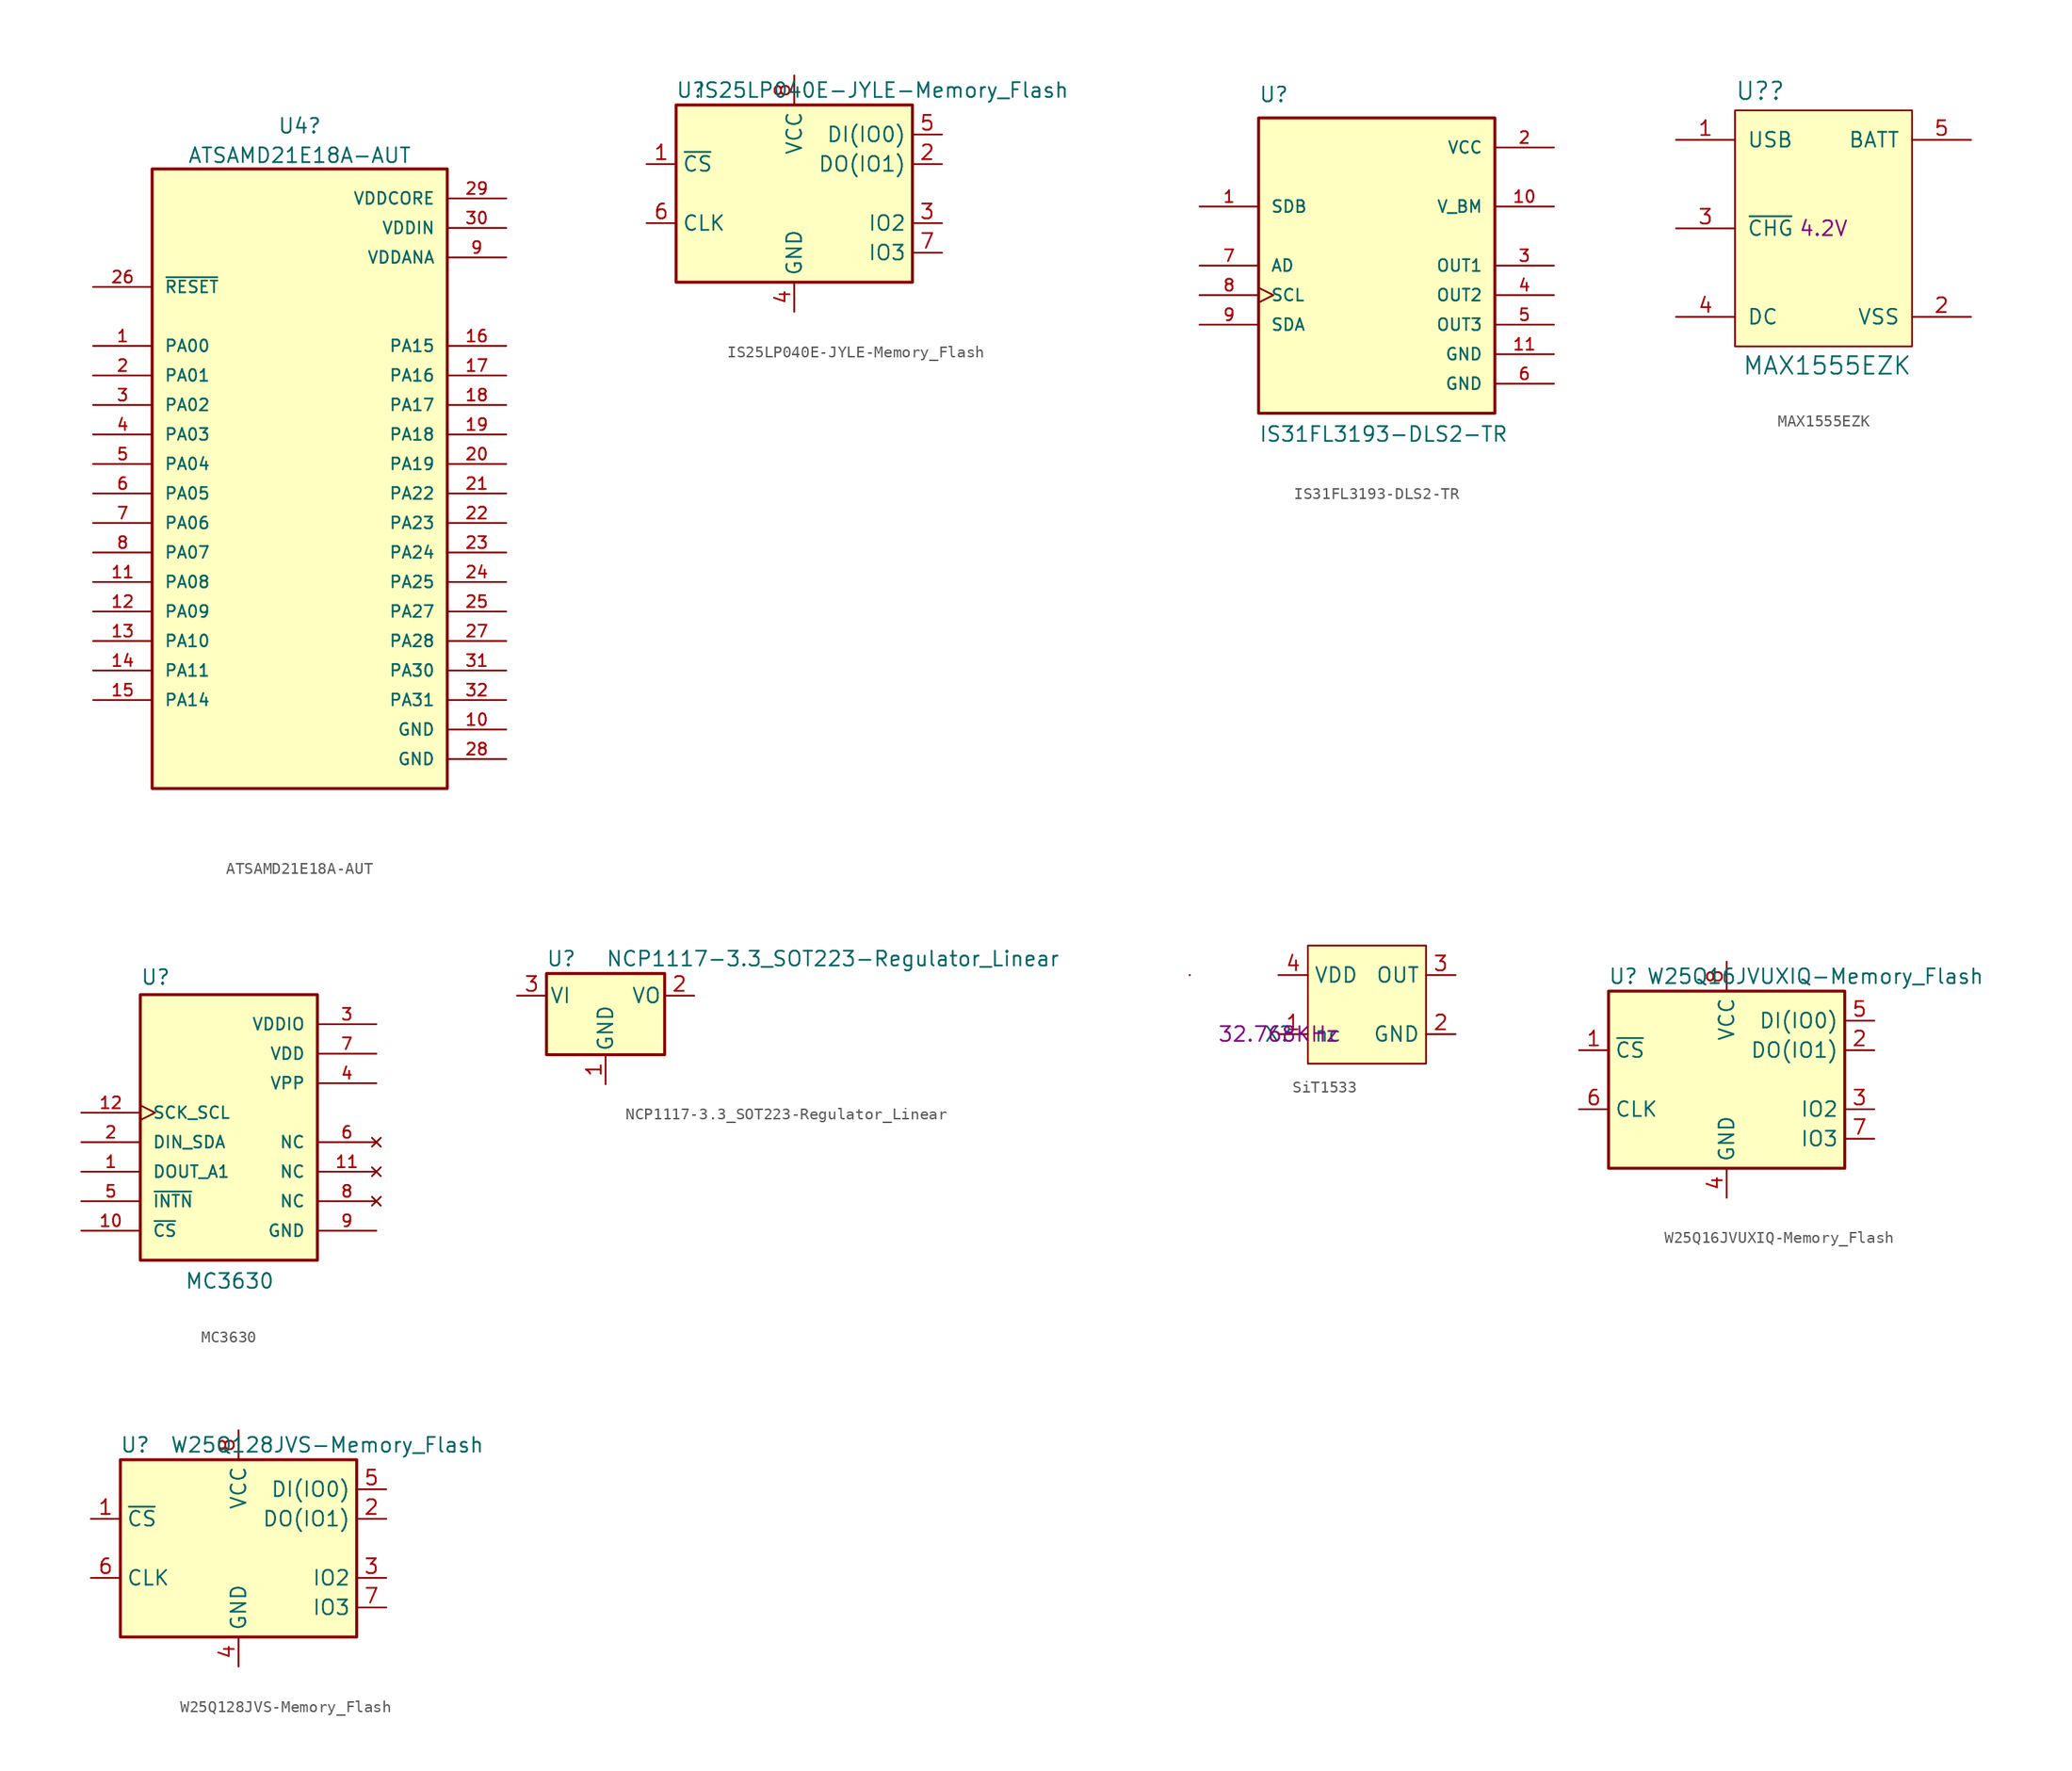
<source format=kicad_sym>
(kicad_symbol_lib
  (version 20211014)
  (generator kicad_symbol_editor)
  (symbol "ATSAMD21E18A-AUT"
    (pin_names
      (offset 1.016))
    (property "Reference" "U4"
      (at 17.78 49.42 0)
      (effects (font (size 1.27 1.27))))
    (property "Value" "ATSAMD21E18A-AUT"
      (at 17.78 46.883 0)
      (effects (font (size 1.27 1.27))))
    (symbol "ATSAMD21E18A-AUT_0_0"
      (rectangle (start 5.08 -7.62) (end 30.48 45.72) (stroke (width 0.254) (type default) (color 0 0 0 0)) (fill (type background)))
      (pin bidirectional line (at 0 30.48 0) (length 5.08) (name "PA00" (effects (font (size 1.016 1.016)))) (number "1" (effects (font (size 1.016 1.016)))))
      (pin power_in line (at 35.56 -2.54 180) (length 5.08) (name "GND" (effects (font (size 1.016 1.016)))) (number "10" (effects (font (size 1.016 1.016)))))
      (pin bidirectional line (at 0 10.16 0) (length 5.08) (name "PA08" (effects (font (size 1.016 1.016)))) (number "11" (effects (font (size 1.016 1.016)))))
      (pin bidirectional line (at 0 7.62 0) (length 5.08) (name "PA09" (effects (font (size 1.016 1.016)))) (number "12" (effects (font (size 1.016 1.016)))))
      (pin bidirectional line (at 0 5.08 0) (length 5.08) (name "PA10" (effects (font (size 1.016 1.016)))) (number "13" (effects (font (size 1.016 1.016)))))
      (pin bidirectional line (at 0 2.54 0) (length 5.08) (name "PA11" (effects (font (size 1.016 1.016)))) (number "14" (effects (font (size 1.016 1.016)))))
      (pin bidirectional line (at 0 0 0) (length 5.08) (name "PA14" (effects (font (size 1.016 1.016)))) (number "15" (effects (font (size 1.016 1.016)))))
      (pin bidirectional line (at 35.56 30.48 180) (length 5.08) (name "PA15" (effects (font (size 1.016 1.016)))) (number "16" (effects (font (size 1.016 1.016)))))
      (pin bidirectional line (at 35.56 27.94 180) (length 5.08) (name "PA16" (effects (font (size 1.016 1.016)))) (number "17" (effects (font (size 1.016 1.016)))))
      (pin bidirectional line (at 35.56 25.4 180) (length 5.08) (name "PA17" (effects (font (size 1.016 1.016)))) (number "18" (effects (font (size 1.016 1.016)))))
      (pin bidirectional line (at 35.56 22.86 180) (length 5.08) (name "PA18" (effects (font (size 1.016 1.016)))) (number "19" (effects (font (size 1.016 1.016)))))
      (pin bidirectional line (at 0 27.94 0) (length 5.08) (name "PA01" (effects (font (size 1.016 1.016)))) (number "2" (effects (font (size 1.016 1.016)))))
      (pin bidirectional line (at 35.56 20.32 180) (length 5.08) (name "PA19" (effects (font (size 1.016 1.016)))) (number "20" (effects (font (size 1.016 1.016)))))
      (pin bidirectional line (at 35.56 17.78 180) (length 5.08) (name "PA22" (effects (font (size 1.016 1.016)))) (number "21" (effects (font (size 1.016 1.016)))))
      (pin bidirectional line (at 35.56 15.24 180) (length 5.08) (name "PA23" (effects (font (size 1.016 1.016)))) (number "22" (effects (font (size 1.016 1.016)))))
      (pin bidirectional line (at 35.56 12.7 180) (length 5.08) (name "PA24" (effects (font (size 1.016 1.016)))) (number "23" (effects (font (size 1.016 1.016)))))
      (pin bidirectional line (at 35.56 10.16 180) (length 5.08) (name "PA25" (effects (font (size 1.016 1.016)))) (number "24" (effects (font (size 1.016 1.016)))))
      (pin bidirectional line (at 35.56 7.62 180) (length 5.08) (name "PA27" (effects (font (size 1.016 1.016)))) (number "25" (effects (font (size 1.016 1.016)))))
      (pin input line (at 0 35.56 0) (length 5.08) (name "~{RESET}" (effects (font (size 1.016 1.016)))) (number "26" (effects (font (size 1.016 1.016)))))
      (pin bidirectional line (at 35.56 5.08 180) (length 5.08) (name "PA28" (effects (font (size 1.016 1.016)))) (number "27" (effects (font (size 1.016 1.016)))))
      (pin power_in line (at 35.56 -5.08 180) (length 5.08) (name "GND" (effects (font (size 1.016 1.016)))) (number "28" (effects (font (size 1.016 1.016)))))
      (pin power_in line (at 35.56 43.18 180) (length 5.08) (name "VDDCORE" (effects (font (size 1.016 1.016)))) (number "29" (effects (font (size 1.016 1.016)))))
      (pin bidirectional line (at 0 25.4 0) (length 5.08) (name "PA02" (effects (font (size 1.016 1.016)))) (number "3" (effects (font (size 1.016 1.016)))))
      (pin power_in line (at 35.56 40.64 180) (length 5.08) (name "VDDIN" (effects (font (size 1.016 1.016)))) (number "30" (effects (font (size 1.016 1.016)))))
      (pin bidirectional line (at 35.56 2.54 180) (length 5.08) (name "PA30" (effects (font (size 1.016 1.016)))) (number "31" (effects (font (size 1.016 1.016)))))
      (pin bidirectional line (at 35.56 0 180) (length 5.08) (name "PA31" (effects (font (size 1.016 1.016)))) (number "32" (effects (font (size 1.016 1.016)))))
      (pin bidirectional line (at 0 22.86 0) (length 5.08) (name "PA03" (effects (font (size 1.016 1.016)))) (number "4" (effects (font (size 1.016 1.016)))))
      (pin bidirectional line (at 0 20.32 0) (length 5.08) (name "PA04" (effects (font (size 1.016 1.016)))) (number "5" (effects (font (size 1.016 1.016)))))
      (pin bidirectional line (at 0 17.78 0) (length 5.08) (name "PA05" (effects (font (size 1.016 1.016)))) (number "6" (effects (font (size 1.016 1.016)))))
      (pin bidirectional line (at 0 15.24 0) (length 5.08) (name "PA06" (effects (font (size 1.016 1.016)))) (number "7" (effects (font (size 1.016 1.016)))))
      (pin bidirectional line (at 0 12.7 0) (length 5.08) (name "PA07" (effects (font (size 1.016 1.016)))) (number "8" (effects (font (size 1.016 1.016)))))
      (pin power_in line (at 35.56 38.1 180) (length 5.08) (name "VDDANA" (effects (font (size 1.016 1.016)))) (number "9" (effects (font (size 1.016 1.016)))))))
  (symbol "IS25LP040E-JYLE-Memory_Flash"
    (property "Reference" "U"
      (at 3.81 11.43 0)
      (effects (font (size 1.27 1.27))))
    (property "Value" "IS25LP040E-JYLE-Memory_Flash"
      (at 20.32 11.43 0)
      (effects (font (size 1.27 1.27))))
    (symbol "IS25LP040E-JYLE-Memory_Flash_0_1"
      (rectangle (start 2.54 10.16) (end 22.86 -5.08) (stroke (width 0.254) (type default) (color 0 0 0 0)) (fill (type background))))
    (symbol "IS25LP040E-JYLE-Memory_Flash_1_1"
      (pin input line (at 0 5.08 0) (length 2.54) (name "~{CS}" (effects (font (size 1.27 1.27)))) (number "1" (effects (font (size 1.27 1.27)))))
      (pin bidirectional line (at 25.4 5.08 180) (length 2.54) (name "DO(IO1)" (effects (font (size 1.27 1.27)))) (number "2" (effects (font (size 1.27 1.27)))))
      (pin bidirectional line (at 25.4 0 180) (length 2.54) (name "IO2" (effects (font (size 1.27 1.27)))) (number "3" (effects (font (size 1.27 1.27)))))
      (pin power_in line (at 12.7 -7.62 90) (length 2.54) (name "GND" (effects (font (size 1.27 1.27)))) (number "4" (effects (font (size 1.27 1.27)))))
      (pin bidirectional line (at 25.4 7.62 180) (length 2.54) (name "DI(IO0)" (effects (font (size 1.27 1.27)))) (number "5" (effects (font (size 1.27 1.27)))))
      (pin input line (at 0 0 0) (length 2.54) (name "CLK" (effects (font (size 1.27 1.27)))) (number "6" (effects (font (size 1.27 1.27)))))
      (pin bidirectional line (at 25.4 -2.54 180) (length 2.54) (name "IO3" (effects (font (size 1.27 1.27)))) (number "7" (effects (font (size 1.27 1.27)))))
      (pin power_in line (at 12.7 12.7 270) (length 2.54) (name "VCC" (effects (font (size 1.27 1.27)))) (number "8" (effects (font (size 1.27 1.27)))))))
  (symbol "IS31FL3193-DLS2-TR"
    (pin_names
      (offset 1.016))
    (property "Reference" "U"
      (at 5.08 19.05 0)
      (effects (font (size 1.27 1.27)) (justify left bottom)))
    (property "Value" "IS31FL3193-DLS2-TR"
      (at 5.08 -10.16 0)
      (effects (font (size 1.27 1.27)) (justify left bottom)))
    (symbol "IS31FL3193-DLS2-TR_0_0"
      (rectangle (start 5.08 -7.62) (end 25.4 17.78) (stroke (width 0.254) (type default) (color 0 0 0 0)) (fill (type background)))
      (pin input line (at 0 10.16 0) (length 5.08) (name "SDB" (effects (font (size 1.016 1.016)))) (number "1" (effects (font (size 1.016 1.016)))))
      (pin output line (at 30.48 10.16 180) (length 5.08) (name "V_BM" (effects (font (size 1.016 1.016)))) (number "10" (effects (font (size 1.016 1.016)))))
      (pin power_in line (at 30.48 -2.54 180) (length 5.08) (name "GND" (effects (font (size 1.016 1.016)))) (number "11" (effects (font (size 1.016 1.016)))))
      (pin power_in line (at 30.48 15.24 180) (length 5.08) (name "VCC" (effects (font (size 1.016 1.016)))) (number "2" (effects (font (size 1.016 1.016)))))
      (pin output line (at 30.48 5.08 180) (length 5.08) (name "OUT1" (effects (font (size 1.016 1.016)))) (number "3" (effects (font (size 1.016 1.016)))))
      (pin output line (at 30.48 2.54 180) (length 5.08) (name "OUT2" (effects (font (size 1.016 1.016)))) (number "4" (effects (font (size 1.016 1.016)))))
      (pin output line (at 30.48 0 180) (length 5.08) (name "OUT3" (effects (font (size 1.016 1.016)))) (number "5" (effects (font (size 1.016 1.016)))))
      (pin power_in line (at 30.48 -5.08 180) (length 5.08) (name "GND" (effects (font (size 1.016 1.016)))) (number "6" (effects (font (size 1.016 1.016)))))
      (pin input line (at 0 5.08 0) (length 5.08) (name "AD" (effects (font (size 1.016 1.016)))) (number "7" (effects (font (size 1.016 1.016)))))
      (pin input clock (at 0 2.54 0) (length 5.08) (name "SCL" (effects (font (size 1.016 1.016)))) (number "8" (effects (font (size 1.016 1.016)))))
      (pin bidirectional line (at 0 0 0) (length 5.08) (name "SDA" (effects (font (size 1.016 1.016)))) (number "9" (effects (font (size 1.016 1.016)))))))
  (symbol "MAX1555EZK"
    (pin_names
      (offset 1.016))
    (property "Reference" "U?"
      (at 5.08 20.32 0)
      (effects (font (size 1.499 1.499)) (justify left top)))
    (property "Value" "MAX1555EZK"
      (at 20.32 -5.08 0)
      (effects (font (size 1.499 1.499)) (justify right bottom)))
    (property "Val" "4.2V"
      (at 12.7 7.62 0)
      (effects (font (size 1.27 1.27))))
    (symbol "MAX1555EZK_0_1"
      (rectangle (start 5.08 17.78) (end 20.32 -2.54) (stroke (width 0.152) (type default) (color 0 0 0 0)) (fill (type background))))
    (symbol "MAX1555EZK_1_0"
      (pin passive line (at 0 15.24 0) (length 5.08) (name "USB" (effects (font (size 1.27 1.27)))) (number "1" (effects (font (size 1.27 1.27)))))
      (pin passive line (at 25.4 0 180) (length 5.08) (name "VSS" (effects (font (size 1.27 1.27)))) (number "2" (effects (font (size 1.27 1.27)))))
      (pin passive line (at 0 7.62 0) (length 5.08) (name "~{CHG}" (effects (font (size 1.27 1.27)))) (number "3" (effects (font (size 1.27 1.27)))))
      (pin passive line (at 0 0 0) (length 5.08) (name "DC" (effects (font (size 1.27 1.27)))) (number "4" (effects (font (size 1.27 1.27)))))
      (pin passive line (at 25.4 15.24 180) (length 5.08) (name "BATT" (effects (font (size 1.27 1.27)))) (number "5" (effects (font (size 1.27 1.27)))))))
  (symbol "MC3630"
    (pin_names
      (offset 1.016))
    (property "Reference" "U"
      (at 5.08 21.082 0)
      (effects (font (size 1.27 1.27)) (justify left bottom)))
    (property "Value" "MC3630"
      (at 8.89 -5.08 0)
      (effects (font (size 1.27 1.27)) (justify left bottom)))
    (symbol "MC3630_0_0"
      (rectangle (start 5.08 20.32) (end 20.32 -2.54) (stroke (width 0.254) (type default) (color 0 0 0 0)) (fill (type background)))
      (pin output line (at 0 5.08 0) (length 5.08) (name "DOUT_A1" (effects (font (size 1.016 1.016)))) (number "1" (effects (font (size 1.016 1.016)))))
      (pin bidirectional line (at 0 0 0) (length 5.08) (name "~{CS}" (effects (font (size 1.016 1.016)))) (number "10" (effects (font (size 1.016 1.016)))))
      (pin no_connect line (at 25.4 5.08 180) (length 5.08) (name "NC" (effects (font (size 1.016 1.016)))) (number "11" (effects (font (size 1.016 1.016)))))
      (pin input clock (at 0 10.16 0) (length 5.08) (name "SCK_SCL" (effects (font (size 1.016 1.016)))) (number "12" (effects (font (size 1.016 1.016)))))
      (pin bidirectional line (at 0 7.62 0) (length 5.08) (name "DIN_SDA" (effects (font (size 1.016 1.016)))) (number "2" (effects (font (size 1.016 1.016)))))
      (pin power_in line (at 25.4 17.78 180) (length 5.08) (name "VDDIO" (effects (font (size 1.016 1.016)))) (number "3" (effects (font (size 1.016 1.016)))))
      (pin passive line (at 25.4 12.7 180) (length 5.08) (name "VPP" (effects (font (size 1.016 1.016)))) (number "4" (effects (font (size 1.016 1.016)))))
      (pin bidirectional line (at 0 2.54 0) (length 5.08) (name "~{INTN}" (effects (font (size 1.016 1.016)))) (number "5" (effects (font (size 1.016 1.016)))))
      (pin no_connect line (at 25.4 7.62 180) (length 5.08) (name "NC" (effects (font (size 1.016 1.016)))) (number "6" (effects (font (size 1.016 1.016)))))
      (pin power_in line (at 25.4 15.24 180) (length 5.08) (name "VDD" (effects (font (size 1.016 1.016)))) (number "7" (effects (font (size 1.016 1.016)))))
      (pin no_connect line (at 25.4 2.54 180) (length 5.08) (name "NC" (effects (font (size 1.016 1.016)))) (number "8" (effects (font (size 1.016 1.016)))))
      (pin power_in line (at 25.4 0 180) (length 5.08) (name "GND" (effects (font (size 1.016 1.016)))) (number "9" (effects (font (size 1.016 1.016)))))))
  (symbol "NCP1117-3.3_SOT223-Regulator_Linear"
    (pin_names
      (offset 0.254))
    (property "Reference" "U"
      (at -3.81 3.175 0)
      (effects (font (size 1.27 1.27))))
    (property "Value" "NCP1117-3.3_SOT223-Regulator_Linear"
      (at 0 3.175 0)
      (effects (font (size 1.27 1.27)) (justify left)))
    (symbol "NCP1117-3.3_SOT223-Regulator_Linear_0_1"
      (rectangle (start -5.08 -5.08) (end 5.08 1.905) (stroke (width 0.254) (type default) (color 0 0 0 0)) (fill (type background))))
    (symbol "NCP1117-3.3_SOT223-Regulator_Linear_1_1"
      (pin power_in line (at 0 -7.62 90) (length 2.54) (name "GND" (effects (font (size 1.27 1.27)))) (number "1" (effects (font (size 1.27 1.27)))))
      (pin power_out line (at 7.62 0 180) (length 2.54) (name "VO" (effects (font (size 1.27 1.27)))) (number "2" (effects (font (size 1.27 1.27)))))
      (pin power_in line (at -7.62 0 0) (length 2.54) (name "VI" (effects (font (size 1.27 1.27)))) (number "3" (effects (font (size 1.27 1.27)))))))
  (symbol "SiT1533"
    (property "Reference" "X"
      (at 0 0 0)
      (effects (font (size 1.27 1.27))))
    (property "Val" "32.768KHz"
      (at 0 0 0)
      (effects (font (size 1.27 1.27))))
    (symbol "SiT1533_0_1"
      (rectangle (start -7.62 5.08) (end -7.62 5.08) (stroke (width 0.152) (type default) (color 0 0 0 0)) (fill (type none)))
      (rectangle (start -7.62 5.08) (end -7.62 5.08) (stroke (width 0.152) (type default) (color 0 0 0 0)) (fill (type none)))
      (rectangle (start 2.54 7.62) (end 12.7 -2.54) (stroke (width 0.152) (type default) (color 0 0 0 0)) (fill (type background))))
    (symbol "SiT1533_1_1"
      (pin passive line (at 0 0 0) (length 2.54) (name "nc" (effects (font (size 1.27 1.27)))) (number "1" (effects (font (size 1.27 1.27)))))
      (pin passive line (at 15.24 0 180) (length 2.54) (name "GND" (effects (font (size 1.27 1.27)))) (number "2" (effects (font (size 1.27 1.27)))))
      (pin passive line (at 15.24 5.08 180) (length 2.54) (name "OUT" (effects (font (size 1.27 1.27)))) (number "3" (effects (font (size 1.27 1.27)))))
      (pin passive line (at 0 5.08 0) (length 2.54) (name "VDD" (effects (font (size 1.27 1.27)))) (number "4" (effects (font (size 1.27 1.27)))))))
  (symbol "W25Q16JVUXIQ-Memory_Flash"
    (property "Reference" "U"
      (at 3.81 11.43 0)
      (effects (font (size 1.27 1.27))))
    (property "Value" "W25Q16JVUXIQ-Memory_Flash"
      (at 20.32 11.43 0)
      (effects (font (size 1.27 1.27))))
    (symbol "W25Q16JVUXIQ-Memory_Flash_0_1"
      (rectangle (start 2.54 10.16) (end 22.86 -5.08) (stroke (width 0.254) (type default) (color 0 0 0 0)) (fill (type background))))
    (symbol "W25Q16JVUXIQ-Memory_Flash_1_1"
      (pin input line (at 0 5.08 0) (length 2.54) (name "~{CS}" (effects (font (size 1.27 1.27)))) (number "1" (effects (font (size 1.27 1.27)))))
      (pin bidirectional line (at 25.4 5.08 180) (length 2.54) (name "DO(IO1)" (effects (font (size 1.27 1.27)))) (number "2" (effects (font (size 1.27 1.27)))))
      (pin bidirectional line (at 25.4 0 180) (length 2.54) (name "IO2" (effects (font (size 1.27 1.27)))) (number "3" (effects (font (size 1.27 1.27)))))
      (pin power_in line (at 12.7 -7.62 90) (length 2.54) (name "GND" (effects (font (size 1.27 1.27)))) (number "4" (effects (font (size 1.27 1.27)))))
      (pin bidirectional line (at 25.4 7.62 180) (length 2.54) (name "DI(IO0)" (effects (font (size 1.27 1.27)))) (number "5" (effects (font (size 1.27 1.27)))))
      (pin input line (at 0 0 0) (length 2.54) (name "CLK" (effects (font (size 1.27 1.27)))) (number "6" (effects (font (size 1.27 1.27)))))
      (pin bidirectional line (at 25.4 -2.54 180) (length 2.54) (name "IO3" (effects (font (size 1.27 1.27)))) (number "7" (effects (font (size 1.27 1.27)))))
      (pin power_in line (at 12.7 12.7 270) (length 2.54) (name "VCC" (effects (font (size 1.27 1.27)))) (number "8" (effects (font (size 1.27 1.27)))))))
  (symbol "W25Q128JVS-Memory_Flash"
    (property "Reference" "U"
      (at 3.81 11.43 0)
      (effects (font (size 1.27 1.27))))
    (property "Value" "W25Q128JVS-Memory_Flash"
      (at 20.32 11.43 0)
      (effects (font (size 1.27 1.27))))
    (symbol "W25Q128JVS-Memory_Flash_0_1"
      (rectangle (start 2.54 10.16) (end 22.86 -5.08) (stroke (width 0.254) (type default) (color 0 0 0 0)) (fill (type background))))
    (symbol "W25Q128JVS-Memory_Flash_1_1"
      (pin input line (at 0 5.08 0) (length 2.54) (name "~{CS}" (effects (font (size 1.27 1.27)))) (number "1" (effects (font (size 1.27 1.27)))))
      (pin bidirectional line (at 25.4 5.08 180) (length 2.54) (name "DO(IO1)" (effects (font (size 1.27 1.27)))) (number "2" (effects (font (size 1.27 1.27)))))
      (pin bidirectional line (at 25.4 0 180) (length 2.54) (name "IO2" (effects (font (size 1.27 1.27)))) (number "3" (effects (font (size 1.27 1.27)))))
      (pin power_in line (at 12.7 -7.62 90) (length 2.54) (name "GND" (effects (font (size 1.27 1.27)))) (number "4" (effects (font (size 1.27 1.27)))))
      (pin bidirectional line (at 25.4 7.62 180) (length 2.54) (name "DI(IO0)" (effects (font (size 1.27 1.27)))) (number "5" (effects (font (size 1.27 1.27)))))
      (pin input line (at 0 0 0) (length 2.54) (name "CLK" (effects (font (size 1.27 1.27)))) (number "6" (effects (font (size 1.27 1.27)))))
      (pin bidirectional line (at 25.4 -2.54 180) (length 2.54) (name "IO3" (effects (font (size 1.27 1.27)))) (number "7" (effects (font (size 1.27 1.27)))))
      (pin power_in line (at 12.7 12.7 270) (length 2.54) (name "VCC" (effects (font (size 1.27 1.27)))) (number "8" (effects (font (size 1.27 1.27))))))))
</source>
